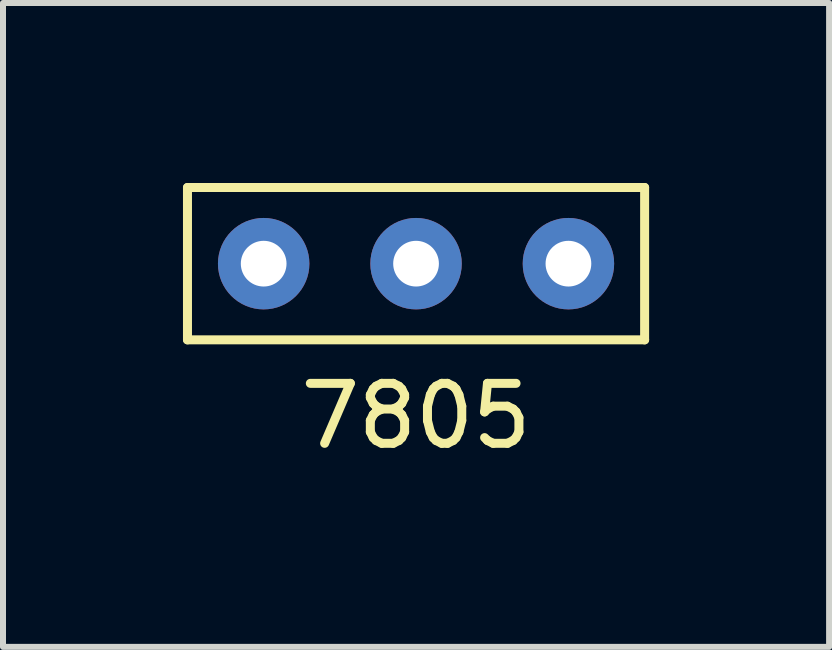
<source format=kicad_pcb>
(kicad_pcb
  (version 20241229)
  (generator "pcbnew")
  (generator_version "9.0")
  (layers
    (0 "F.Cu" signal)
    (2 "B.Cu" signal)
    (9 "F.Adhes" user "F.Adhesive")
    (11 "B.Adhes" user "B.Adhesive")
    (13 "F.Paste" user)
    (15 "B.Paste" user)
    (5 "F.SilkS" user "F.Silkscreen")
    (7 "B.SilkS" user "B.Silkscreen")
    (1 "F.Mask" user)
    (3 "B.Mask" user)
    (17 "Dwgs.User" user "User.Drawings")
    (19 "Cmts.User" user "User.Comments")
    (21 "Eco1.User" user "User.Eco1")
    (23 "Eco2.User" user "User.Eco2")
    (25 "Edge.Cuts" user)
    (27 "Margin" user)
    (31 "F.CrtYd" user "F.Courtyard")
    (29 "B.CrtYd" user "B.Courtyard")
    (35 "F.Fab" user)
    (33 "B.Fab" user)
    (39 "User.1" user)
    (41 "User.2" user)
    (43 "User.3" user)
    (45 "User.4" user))
  (footprint "7805"
    (layer "F.Cu")
    (at 3.885 1.345)
    (property "Reference" "7805" (at 0 2.54 0) (layer "F.SilkS") (effects (font (size 1 1) (thickness 0.15))))
    (attr through_hole)
    (fp_line (start -3.81 -1.27) (end -3.81 1.27) (stroke (width 0.15) (type solid)) (layer "F.SilkS"))
    (fp_line (start -3.81 1.27) (end 3.81 1.27) (stroke (width 0.15) (type solid)) (layer "F.SilkS"))
    (fp_line (start 3.81 -1.27) (end -3.81 -1.27) (stroke (width 0.15) (type solid)) (layer "F.SilkS"))
    (fp_line (start 3.81 1.27) (end 3.81 -1.27) (stroke (width 0.15) (type solid)) (layer "F.SilkS"))
    (pad "GND" thru_hole circle (at 0 0) (size 1.524 1.524) (drill 0.762) (layers "*.Cu" "*.Mask"))
    (pad "V0" thru_hole circle (at 2.54 0) (size 1.524 1.524) (drill 0.762) (layers "*.Cu" "*.Mask"))
    (pad "VI" thru_hole circle (at -2.54 0) (size 1.524 1.524) (drill 0.762) (layers "*.Cu" "*.Mask")))
  (gr_rect
    (start -3 -3)
    (end 10.77 7.733)
    (stroke (width 0.1) (type default))
    (fill no)
    (layer "Edge.Cuts")))
</source>
